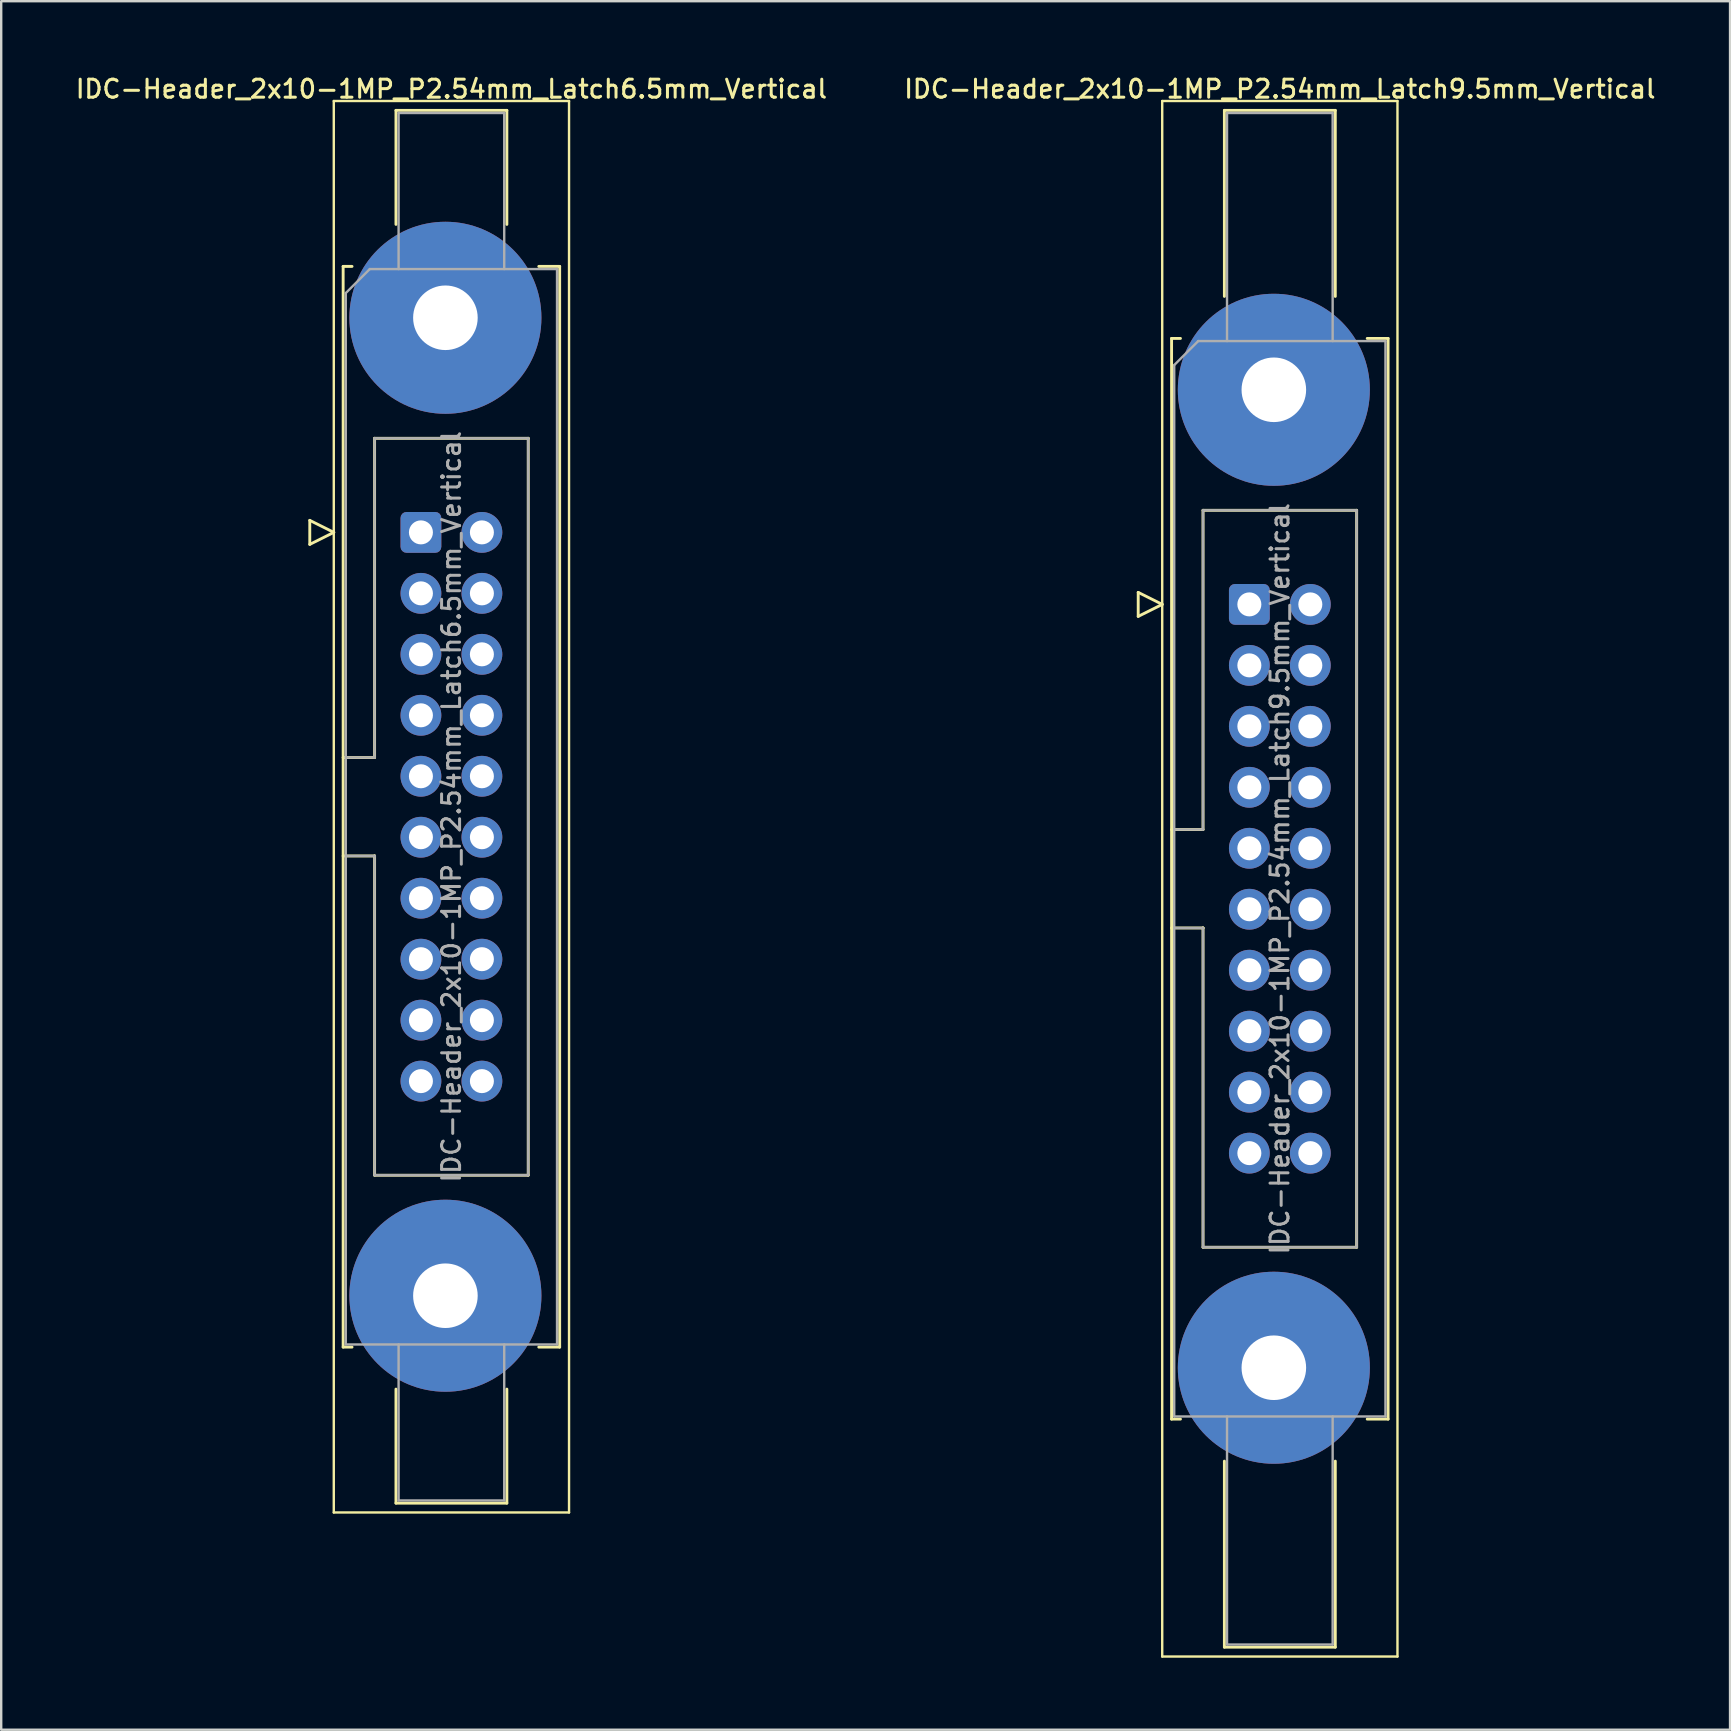
<source format=kicad_pcb>
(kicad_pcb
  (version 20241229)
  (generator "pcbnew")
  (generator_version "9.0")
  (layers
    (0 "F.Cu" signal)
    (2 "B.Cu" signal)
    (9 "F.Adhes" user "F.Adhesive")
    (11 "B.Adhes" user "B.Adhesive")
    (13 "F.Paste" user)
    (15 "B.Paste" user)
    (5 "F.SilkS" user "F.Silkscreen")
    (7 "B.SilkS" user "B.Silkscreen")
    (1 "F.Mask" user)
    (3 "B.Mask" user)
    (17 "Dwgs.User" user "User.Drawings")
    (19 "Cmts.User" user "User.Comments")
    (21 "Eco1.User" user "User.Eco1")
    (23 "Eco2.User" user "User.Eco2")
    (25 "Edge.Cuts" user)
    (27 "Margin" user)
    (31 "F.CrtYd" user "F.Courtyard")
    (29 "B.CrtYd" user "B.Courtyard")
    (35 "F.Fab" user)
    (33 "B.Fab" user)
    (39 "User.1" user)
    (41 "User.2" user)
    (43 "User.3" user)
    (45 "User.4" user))
  (footprint "IDC-Header_2x10-1MP_P2.54mm_Latch9.5mm_Vertical"
    (layer "F.Cu")
    (at 48.996 22.128)
    (property "Reference" "IDC-Header_2x10-1MP_P2.54mm_Latch9.5mm_Vertical" (at 1.27 -21.47 0) (layer "F.SilkS") (effects (font (size 0.75 0.75) (thickness 0.125))))
    (attr through_hole)
    (fp_line (start -4.63 -0.5) (end -4.63 0.5) (stroke (width 0.12) (type solid)) (layer "F.SilkS"))
    (fp_line (start -4.63 0.5) (end -3.63 0) (stroke (width 0.12) (type solid)) (layer "F.SilkS"))
    (fp_line (start -3.63 -20.97) (end -3.63 43.83) (stroke (width 0.1) (type solid)) (layer "F.SilkS"))
    (fp_line (start -3.63 0) (end -4.63 -0.5) (stroke (width 0.12) (type solid)) (layer "F.SilkS"))
    (fp_line (start -3.63 43.83) (end 6.17 43.83) (stroke (width 0.1) (type solid)) (layer "F.SilkS"))
    (fp_line (start -3.24 -11.08) (end -3.24 33.94) (stroke (width 0.12) (type solid)) (layer "F.SilkS"))
    (fp_line (start -3.24 9.38) (end -1.93 9.38) (stroke (width 0.12) (type solid)) (layer "F.SilkS"))
    (fp_line (start -3.24 33.94) (end -2.87 33.94) (stroke (width 0.12) (type solid)) (layer "F.SilkS"))
    (fp_line (start -2.87 -11.08) (end -3.24 -11.08) (stroke (width 0.12) (type solid)) (layer "F.SilkS"))
    (fp_line (start -1.93 -3.92) (end 4.47 -3.92) (stroke (width 0.12) (type solid)) (layer "F.SilkS"))
    (fp_line (start -1.93 9.38) (end -1.93 -3.92) (stroke (width 0.12) (type solid)) (layer "F.SilkS"))
    (fp_line (start -1.93 13.48) (end -3.24 13.48) (stroke (width 0.12) (type solid)) (layer "F.SilkS"))
    (fp_line (start -1.93 13.48) (end -1.93 13.48) (stroke (width 0.12) (type solid)) (layer "F.SilkS"))
    (fp_line (start -1.93 26.78) (end -1.93 13.48) (stroke (width 0.12) (type solid)) (layer "F.SilkS"))
    (fp_line (start -1.04 -20.58) (end 3.58 -20.58) (stroke (width 0.12) (type solid)) (layer "F.SilkS"))
    (fp_line (start -1.04 -12.83) (end -1.04 -20.58) (stroke (width 0.12) (type solid)) (layer "F.SilkS"))
    (fp_line (start -1.04 35.69) (end -1.04 43.44) (stroke (width 0.12) (type solid)) (layer "F.SilkS"))
    (fp_line (start -1.04 43.44) (end 3.58 43.44) (stroke (width 0.12) (type solid)) (layer "F.SilkS"))
    (fp_line (start 3.58 -20.58) (end 3.58 -12.83) (stroke (width 0.12) (type solid)) (layer "F.SilkS"))
    (fp_line (start 3.58 43.44) (end 3.58 35.69) (stroke (width 0.12) (type solid)) (layer "F.SilkS"))
    (fp_line (start 4.47 -3.92) (end 4.47 26.78) (stroke (width 0.12) (type solid)) (layer "F.SilkS"))
    (fp_line (start 4.47 26.78) (end -1.93 26.78) (stroke (width 0.12) (type solid)) (layer "F.SilkS"))
    (fp_line (start 4.91 -11.08) (end 5.78 -11.08) (stroke (width 0.12) (type solid)) (layer "F.SilkS"))
    (fp_line (start 5.78 -11.08) (end 5.78 33.94) (stroke (width 0.12) (type solid)) (layer "F.SilkS"))
    (fp_line (start 5.78 33.94) (end 4.91 33.94) (stroke (width 0.12) (type solid)) (layer "F.SilkS"))
    (fp_line (start 6.17 -20.97) (end -3.63 -20.97) (stroke (width 0.1) (type solid)) (layer "F.SilkS"))
    (fp_line (start 6.17 43.83) (end 6.17 -20.97) (stroke (width 0.1) (type solid)) (layer "F.SilkS"))
    (fp_line (start -3.13 -9.97) (end -2.13 -10.97) (stroke (width 0.1) (type solid)) (layer "F.Fab"))
    (fp_line (start -3.13 9.38) (end -1.93 9.38) (stroke (width 0.1) (type solid)) (layer "F.Fab"))
    (fp_line (start -3.13 33.83) (end -3.13 -9.97) (stroke (width 0.1) (type solid)) (layer "F.Fab"))
    (fp_line (start -2.13 -10.97) (end 5.67 -10.97) (stroke (width 0.1) (type solid)) (layer "F.Fab"))
    (fp_line (start -1.93 -3.92) (end 4.47 -3.92) (stroke (width 0.1) (type solid)) (layer "F.Fab"))
    (fp_line (start -1.93 9.38) (end -1.93 -3.92) (stroke (width 0.1) (type solid)) (layer "F.Fab"))
    (fp_line (start -1.93 13.48) (end -3.13 13.48) (stroke (width 0.1) (type solid)) (layer "F.Fab"))
    (fp_line (start -1.93 13.48) (end -1.93 13.48) (stroke (width 0.1) (type solid)) (layer "F.Fab"))
    (fp_line (start -1.93 26.78) (end -1.93 13.48) (stroke (width 0.1) (type solid)) (layer "F.Fab"))
    (fp_line (start -0.93 -20.47) (end 3.47 -20.47) (stroke (width 0.1) (type solid)) (layer "F.Fab"))
    (fp_line (start -0.93 -10.97) (end -0.93 -20.47) (stroke (width 0.1) (type solid)) (layer "F.Fab"))
    (fp_line (start -0.93 33.83) (end -0.93 43.33) (stroke (width 0.1) (type solid)) (layer "F.Fab"))
    (fp_line (start -0.93 43.33) (end 3.47 43.33) (stroke (width 0.1) (type solid)) (layer "F.Fab"))
    (fp_line (start 3.47 -20.47) (end 3.47 -10.97) (stroke (width 0.1) (type solid)) (layer "F.Fab"))
    (fp_line (start 3.47 43.33) (end 3.47 33.83) (stroke (width 0.1) (type solid)) (layer "F.Fab"))
    (fp_line (start 4.47 -3.92) (end 4.47 26.78) (stroke (width 0.1) (type solid)) (layer "F.Fab"))
    (fp_line (start 4.47 26.78) (end -1.93 26.78) (stroke (width 0.1) (type solid)) (layer "F.Fab"))
    (fp_line (start 5.67 -10.97) (end 5.67 33.83) (stroke (width 0.1) (type solid)) (layer "F.Fab"))
    (fp_line (start 5.67 33.83) (end -3.13 33.83) (stroke (width 0.1) (type solid)) (layer "F.Fab"))
    (fp_text user "${REFERENCE}" (at 1.27 11.43 90) (layer "F.Fab") (effects (font (size 0.75 0.75) (thickness 0.125))))
    (pad "1" thru_hole roundrect (at 0 0) (size 1.7 1.7) (drill 1) (layers "*.Cu" "*.Mask") (roundrect_rratio 0.147))
    (pad "2" thru_hole circle (at 2.54 0) (size 1.7 1.7) (drill 1) (layers "*.Cu" "*.Mask"))
    (pad "3" thru_hole circle (at 0 2.54) (size 1.7 1.7) (drill 1) (layers "*.Cu" "*.Mask"))
    (pad "4" thru_hole circle (at 2.54 2.54) (size 1.7 1.7) (drill 1) (layers "*.Cu" "*.Mask"))
    (pad "5" thru_hole circle (at 0 5.08) (size 1.7 1.7) (drill 1) (layers "*.Cu" "*.Mask"))
    (pad "6" thru_hole circle (at 2.54 5.08) (size 1.7 1.7) (drill 1) (layers "*.Cu" "*.Mask"))
    (pad "7" thru_hole circle (at 0 7.62) (size 1.7 1.7) (drill 1) (layers "*.Cu" "*.Mask"))
    (pad "8" thru_hole circle (at 2.54 7.62) (size 1.7 1.7) (drill 1) (layers "*.Cu" "*.Mask"))
    (pad "9" thru_hole circle (at 0 10.16) (size 1.7 1.7) (drill 1) (layers "*.Cu" "*.Mask"))
    (pad "10" thru_hole circle (at 2.54 10.16) (size 1.7 1.7) (drill 1) (layers "*.Cu" "*.Mask"))
    (pad "11" thru_hole circle (at 0 12.7) (size 1.7 1.7) (drill 1) (layers "*.Cu" "*.Mask"))
    (pad "12" thru_hole circle (at 2.54 12.7) (size 1.7 1.7) (drill 1) (layers "*.Cu" "*.Mask"))
    (pad "13" thru_hole circle (at 0 15.24) (size 1.7 1.7) (drill 1) (layers "*.Cu" "*.Mask"))
    (pad "14" thru_hole circle (at 2.54 15.24) (size 1.7 1.7) (drill 1) (layers "*.Cu" "*.Mask"))
    (pad "15" thru_hole circle (at 0 17.78) (size 1.7 1.7) (drill 1) (layers "*.Cu" "*.Mask"))
    (pad "16" thru_hole circle (at 2.54 17.78) (size 1.7 1.7) (drill 1) (layers "*.Cu" "*.Mask"))
    (pad "17" thru_hole circle (at 0 20.32) (size 1.7 1.7) (drill 1) (layers "*.Cu" "*.Mask"))
    (pad "18" thru_hole circle (at 2.54 20.32) (size 1.7 1.7) (drill 1) (layers "*.Cu" "*.Mask"))
    (pad "19" thru_hole circle (at 0 22.86) (size 1.7 1.7) (drill 1) (layers "*.Cu" "*.Mask"))
    (pad "20" thru_hole circle (at 2.54 22.86) (size 1.7 1.7) (drill 1) (layers "*.Cu" "*.Mask"))
    (pad "MP" thru_hole circle (at 1.02 -8.94) (size 8 8) (drill 2.69) (layers "*.Cu" "*.Mask"))
    (pad "MP" thru_hole circle (at 1.02 31.8) (size 8 8) (drill 2.69) (layers "*.Cu" "*.Mask")))
  (footprint "IDC-Header_2x10-1MP_P2.54mm_Latch6.5mm_Vertical"
    (layer "F.Cu")
    (at 14.485 19.128)
    (property "Reference" "IDC-Header_2x10-1MP_P2.54mm_Latch6.5mm_Vertical" (at 1.27 -18.47 0) (layer "F.SilkS") (effects (font (size 0.75 0.75) (thickness 0.125))))
    (attr through_hole)
    (fp_line (start -4.63 -0.5) (end -4.63 0.5) (stroke (width 0.12) (type solid)) (layer "F.SilkS"))
    (fp_line (start -4.63 0.5) (end -3.63 0) (stroke (width 0.12) (type solid)) (layer "F.SilkS"))
    (fp_line (start -3.63 -17.97) (end -3.63 40.83) (stroke (width 0.1) (type solid)) (layer "F.SilkS"))
    (fp_line (start -3.63 0) (end -4.63 -0.5) (stroke (width 0.12) (type solid)) (layer "F.SilkS"))
    (fp_line (start -3.63 40.83) (end 6.17 40.83) (stroke (width 0.1) (type solid)) (layer "F.SilkS"))
    (fp_line (start -3.24 -11.08) (end -3.24 33.94) (stroke (width 0.12) (type solid)) (layer "F.SilkS"))
    (fp_line (start -3.24 9.38) (end -1.93 9.38) (stroke (width 0.12) (type solid)) (layer "F.SilkS"))
    (fp_line (start -3.24 33.94) (end -2.87 33.94) (stroke (width 0.12) (type solid)) (layer "F.SilkS"))
    (fp_line (start -2.87 -11.08) (end -3.24 -11.08) (stroke (width 0.12) (type solid)) (layer "F.SilkS"))
    (fp_line (start -1.93 -3.92) (end 4.47 -3.92) (stroke (width 0.12) (type solid)) (layer "F.SilkS"))
    (fp_line (start -1.93 9.38) (end -1.93 -3.92) (stroke (width 0.12) (type solid)) (layer "F.SilkS"))
    (fp_line (start -1.93 13.48) (end -3.24 13.48) (stroke (width 0.12) (type solid)) (layer "F.SilkS"))
    (fp_line (start -1.93 13.48) (end -1.93 13.48) (stroke (width 0.12) (type solid)) (layer "F.SilkS"))
    (fp_line (start -1.93 26.78) (end -1.93 13.48) (stroke (width 0.12) (type solid)) (layer "F.SilkS"))
    (fp_line (start -1.04 -17.58) (end 3.58 -17.58) (stroke (width 0.12) (type solid)) (layer "F.SilkS"))
    (fp_line (start -1.04 -12.83) (end -1.04 -17.58) (stroke (width 0.12) (type solid)) (layer "F.SilkS"))
    (fp_line (start -1.04 35.69) (end -1.04 40.44) (stroke (width 0.12) (type solid)) (layer "F.SilkS"))
    (fp_line (start -1.04 40.44) (end 3.58 40.44) (stroke (width 0.12) (type solid)) (layer "F.SilkS"))
    (fp_line (start 3.58 -17.58) (end 3.58 -12.83) (stroke (width 0.12) (type solid)) (layer "F.SilkS"))
    (fp_line (start 3.58 40.44) (end 3.58 35.69) (stroke (width 0.12) (type solid)) (layer "F.SilkS"))
    (fp_line (start 4.47 -3.92) (end 4.47 26.78) (stroke (width 0.12) (type solid)) (layer "F.SilkS"))
    (fp_line (start 4.47 26.78) (end -1.93 26.78) (stroke (width 0.12) (type solid)) (layer "F.SilkS"))
    (fp_line (start 4.91 -11.08) (end 5.78 -11.08) (stroke (width 0.12) (type solid)) (layer "F.SilkS"))
    (fp_line (start 5.78 -11.08) (end 5.78 33.94) (stroke (width 0.12) (type solid)) (layer "F.SilkS"))
    (fp_line (start 5.78 33.94) (end 4.91 33.94) (stroke (width 0.12) (type solid)) (layer "F.SilkS"))
    (fp_line (start 6.17 -17.97) (end -3.63 -17.97) (stroke (width 0.1) (type solid)) (layer "F.SilkS"))
    (fp_line (start 6.17 40.83) (end 6.17 -17.97) (stroke (width 0.1) (type solid)) (layer "F.SilkS"))
    (fp_line (start -3.13 -9.97) (end -2.13 -10.97) (stroke (width 0.1) (type solid)) (layer "F.Fab"))
    (fp_line (start -3.13 9.38) (end -1.93 9.38) (stroke (width 0.1) (type solid)) (layer "F.Fab"))
    (fp_line (start -3.13 33.83) (end -3.13 -9.97) (stroke (width 0.1) (type solid)) (layer "F.Fab"))
    (fp_line (start -2.13 -10.97) (end 5.67 -10.97) (stroke (width 0.1) (type solid)) (layer "F.Fab"))
    (fp_line (start -1.93 -3.92) (end 4.47 -3.92) (stroke (width 0.1) (type solid)) (layer "F.Fab"))
    (fp_line (start -1.93 9.38) (end -1.93 -3.92) (stroke (width 0.1) (type solid)) (layer "F.Fab"))
    (fp_line (start -1.93 13.48) (end -3.13 13.48) (stroke (width 0.1) (type solid)) (layer "F.Fab"))
    (fp_line (start -1.93 13.48) (end -1.93 13.48) (stroke (width 0.1) (type solid)) (layer "F.Fab"))
    (fp_line (start -1.93 26.78) (end -1.93 13.48) (stroke (width 0.1) (type solid)) (layer "F.Fab"))
    (fp_line (start -0.93 -17.47) (end 3.47 -17.47) (stroke (width 0.1) (type solid)) (layer "F.Fab"))
    (fp_line (start -0.93 -10.97) (end -0.93 -17.47) (stroke (width 0.1) (type solid)) (layer "F.Fab"))
    (fp_line (start -0.93 33.83) (end -0.93 40.33) (stroke (width 0.1) (type solid)) (layer "F.Fab"))
    (fp_line (start -0.93 40.33) (end 3.47 40.33) (stroke (width 0.1) (type solid)) (layer "F.Fab"))
    (fp_line (start 3.47 -17.47) (end 3.47 -10.97) (stroke (width 0.1) (type solid)) (layer "F.Fab"))
    (fp_line (start 3.47 40.33) (end 3.47 33.83) (stroke (width 0.1) (type solid)) (layer "F.Fab"))
    (fp_line (start 4.47 -3.92) (end 4.47 26.78) (stroke (width 0.1) (type solid)) (layer "F.Fab"))
    (fp_line (start 4.47 26.78) (end -1.93 26.78) (stroke (width 0.1) (type solid)) (layer "F.Fab"))
    (fp_line (start 5.67 -10.97) (end 5.67 33.83) (stroke (width 0.1) (type solid)) (layer "F.Fab"))
    (fp_line (start 5.67 33.83) (end -3.13 33.83) (stroke (width 0.1) (type solid)) (layer "F.Fab"))
    (fp_text user "${REFERENCE}" (at 1.27 11.43 90) (layer "F.Fab") (effects (font (size 0.75 0.75) (thickness 0.125))))
    (pad "1" thru_hole roundrect (at 0 0) (size 1.7 1.7) (drill 1) (layers "*.Cu" "*.Mask") (roundrect_rratio 0.147))
    (pad "2" thru_hole circle (at 2.54 0) (size 1.7 1.7) (drill 1) (layers "*.Cu" "*.Mask"))
    (pad "3" thru_hole circle (at 0 2.54) (size 1.7 1.7) (drill 1) (layers "*.Cu" "*.Mask"))
    (pad "4" thru_hole circle (at 2.54 2.54) (size 1.7 1.7) (drill 1) (layers "*.Cu" "*.Mask"))
    (pad "5" thru_hole circle (at 0 5.08) (size 1.7 1.7) (drill 1) (layers "*.Cu" "*.Mask"))
    (pad "6" thru_hole circle (at 2.54 5.08) (size 1.7 1.7) (drill 1) (layers "*.Cu" "*.Mask"))
    (pad "7" thru_hole circle (at 0 7.62) (size 1.7 1.7) (drill 1) (layers "*.Cu" "*.Mask"))
    (pad "8" thru_hole circle (at 2.54 7.62) (size 1.7 1.7) (drill 1) (layers "*.Cu" "*.Mask"))
    (pad "9" thru_hole circle (at 0 10.16) (size 1.7 1.7) (drill 1) (layers "*.Cu" "*.Mask"))
    (pad "10" thru_hole circle (at 2.54 10.16) (size 1.7 1.7) (drill 1) (layers "*.Cu" "*.Mask"))
    (pad "11" thru_hole circle (at 0 12.7) (size 1.7 1.7) (drill 1) (layers "*.Cu" "*.Mask"))
    (pad "12" thru_hole circle (at 2.54 12.7) (size 1.7 1.7) (drill 1) (layers "*.Cu" "*.Mask"))
    (pad "13" thru_hole circle (at 0 15.24) (size 1.7 1.7) (drill 1) (layers "*.Cu" "*.Mask"))
    (pad "14" thru_hole circle (at 2.54 15.24) (size 1.7 1.7) (drill 1) (layers "*.Cu" "*.Mask"))
    (pad "15" thru_hole circle (at 0 17.78) (size 1.7 1.7) (drill 1) (layers "*.Cu" "*.Mask"))
    (pad "16" thru_hole circle (at 2.54 17.78) (size 1.7 1.7) (drill 1) (layers "*.Cu" "*.Mask"))
    (pad "17" thru_hole circle (at 0 20.32) (size 1.7 1.7) (drill 1) (layers "*.Cu" "*.Mask"))
    (pad "18" thru_hole circle (at 2.54 20.32) (size 1.7 1.7) (drill 1) (layers "*.Cu" "*.Mask"))
    (pad "19" thru_hole circle (at 0 22.86) (size 1.7 1.7) (drill 1) (layers "*.Cu" "*.Mask"))
    (pad "20" thru_hole circle (at 2.54 22.86) (size 1.7 1.7) (drill 1) (layers "*.Cu" "*.Mask"))
    (pad "MP" thru_hole circle (at 1.02 -8.94) (size 8 8) (drill 2.69) (layers "*.Cu" "*.Mask"))
    (pad "MP" thru_hole circle (at 1.02 31.8) (size 8 8) (drill 2.69) (layers "*.Cu" "*.Mask")))
  (gr_rect
    (start -3 -3)
    (end 69.021 69.008)
    (stroke (width 0.1) (type default))
    (fill no)
    (layer "Edge.Cuts")))
</source>
